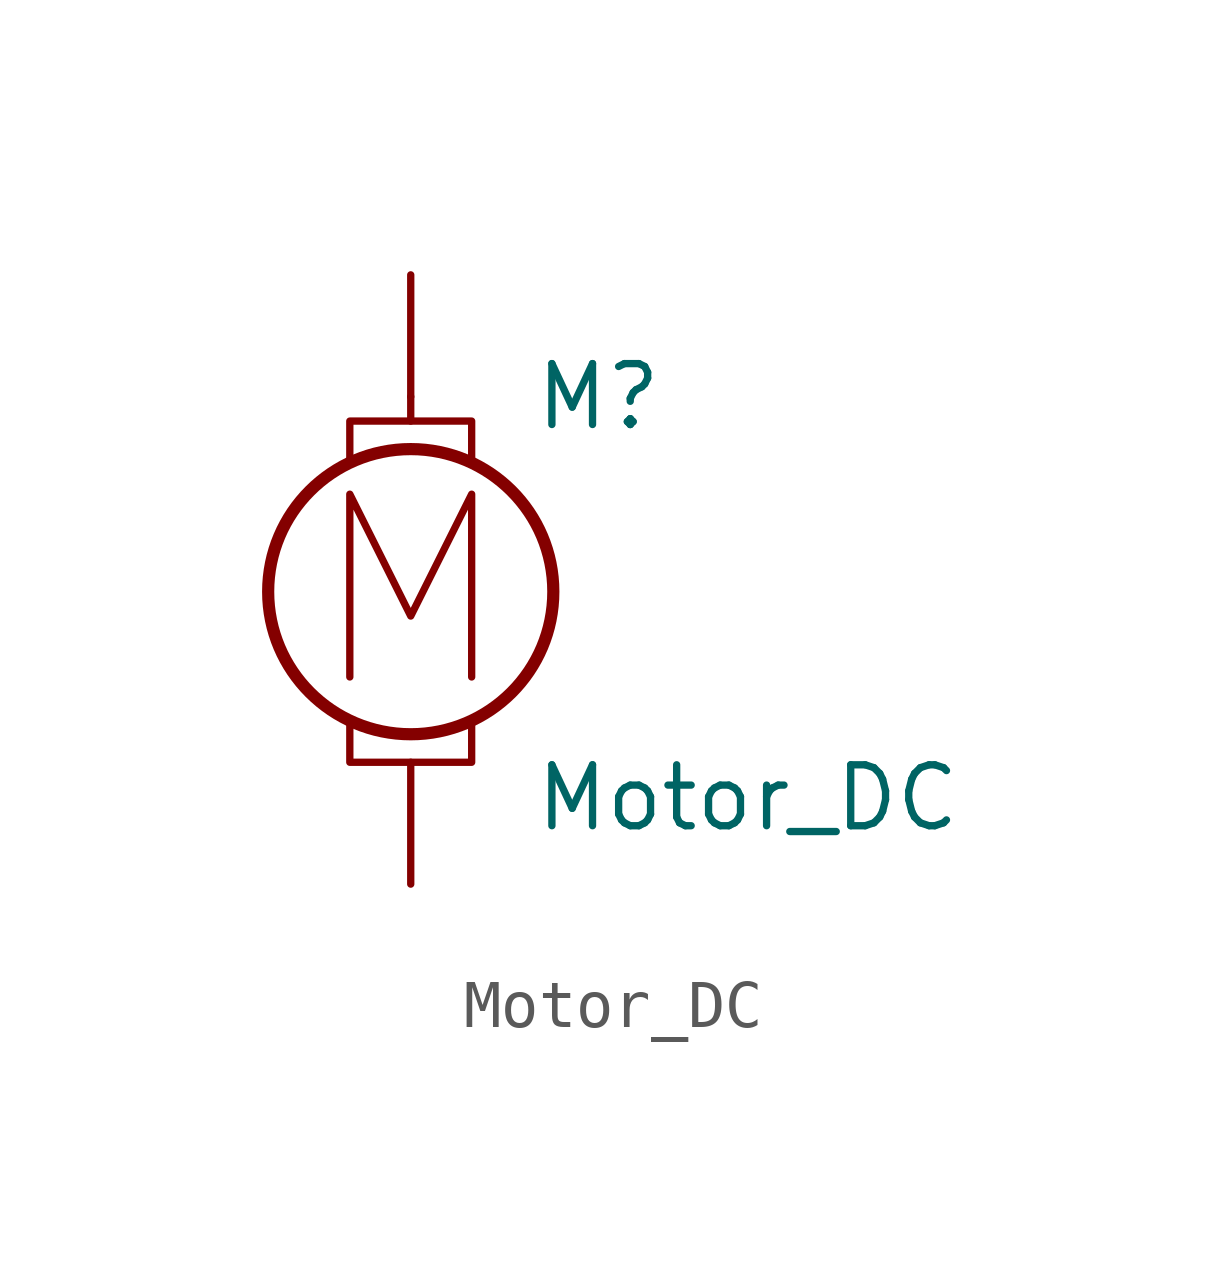
<source format=kicad_sym>
(kicad_symbol_lib
  (version 20211014)
  (generator kicad_symbol_editor)
  (symbol "Motor_DC"
    (pin_numbers hide)
    (pin_names
      (offset 0) hide)
    (property "Reference" "M"
      (at 2.54 2.54 0)
      (effects (font (size 1.27 1.27)) (justify left)))
    (property "Value" "Motor_DC"
      (at 2.54 -5.08 0)
      (effects (font (size 1.27 1.27)) (justify left top)))
    (symbol "Motor_DC_0_0"
      (circle (center 0 -1.524) (radius 2.972) (stroke (width 0.254) (type default) (color 0 0 0 0)) (fill (type none)))
      (polyline (pts (xy -1.27 -4.318) (xy -1.27 -5.08) (xy 1.27 -5.08) (xy 1.27 -4.318)) (stroke (width 0) (type default) (color 0 0 0 0)) (fill (type none)))
      (polyline (pts (xy -1.27 1.27) (xy -1.27 2.032) (xy 1.27 2.032) (xy 1.27 1.27)) (stroke (width 0) (type default) (color 0 0 0 0)) (fill (type none)))
      (polyline (pts (xy -1.27 -3.302) (xy -1.27 0.508) (xy 0 -2.032) (xy 1.27 0.508) (xy 1.27 -3.302)) (stroke (width 0) (type default) (color 0 0 0 0)) (fill (type none))))
    (symbol "Motor_DC_0_1"
      (polyline (pts (xy 0 2.032) (xy 0 2.54)) (stroke (width 0) (type default) (color 0 0 0 0)) (fill (type none))))
    (symbol "Motor_DC_1_1"
      (pin passive line (at 0 5.08 270) (length 2.54) (name "+" (effects (font (size 1.27 1.27)))) (number "1" (effects (font (size 1.27 1.27)))))
      (pin passive line (at 0 -7.62 90) (length 2.54) (name "-" (effects (font (size 1.27 1.27)))) (number "2" (effects (font (size 1.27 1.27))))))))
</source>
